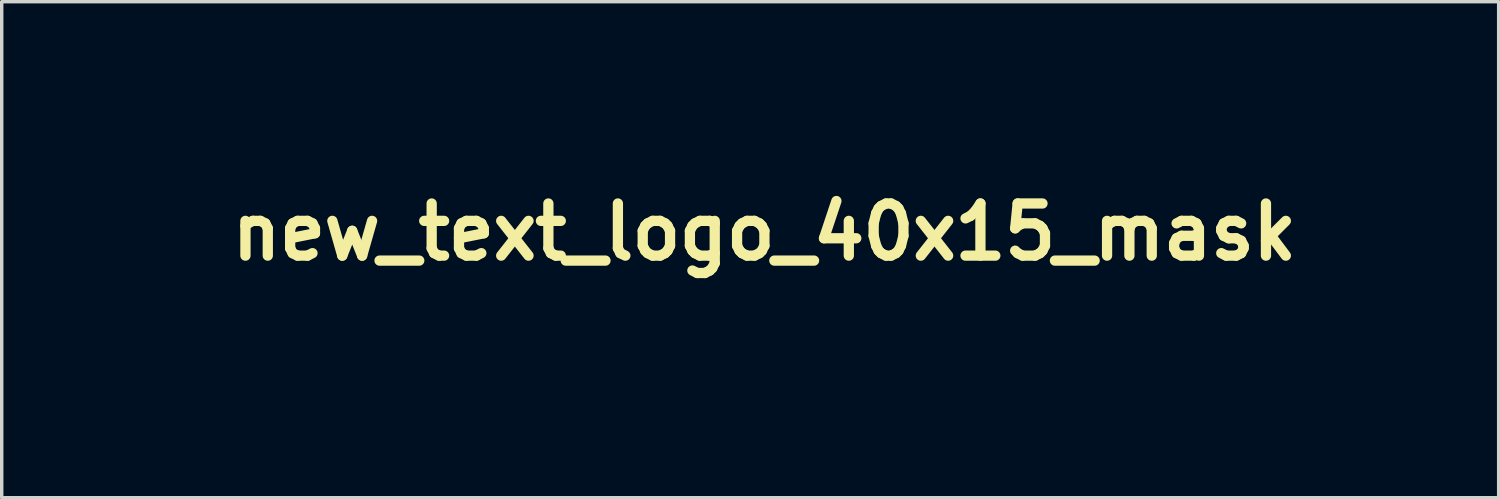
<source format=kicad_pcb>
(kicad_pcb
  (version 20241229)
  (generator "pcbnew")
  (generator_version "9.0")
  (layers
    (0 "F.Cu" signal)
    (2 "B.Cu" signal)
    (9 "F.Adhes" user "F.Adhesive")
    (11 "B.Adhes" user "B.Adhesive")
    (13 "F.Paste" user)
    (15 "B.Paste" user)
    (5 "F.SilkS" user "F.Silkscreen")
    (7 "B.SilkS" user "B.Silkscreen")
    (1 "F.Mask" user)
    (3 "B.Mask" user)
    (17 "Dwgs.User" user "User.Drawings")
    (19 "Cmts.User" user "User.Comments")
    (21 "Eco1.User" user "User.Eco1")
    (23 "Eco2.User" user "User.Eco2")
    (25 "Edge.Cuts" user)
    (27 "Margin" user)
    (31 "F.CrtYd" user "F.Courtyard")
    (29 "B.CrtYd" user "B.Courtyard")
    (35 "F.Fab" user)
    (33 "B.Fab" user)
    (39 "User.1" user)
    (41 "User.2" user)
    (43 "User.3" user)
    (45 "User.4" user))
  (footprint "new_text_logo_40x15_mask"
    (layer "F.Cu")
    (at 19.291 3.732)
    (property "Reference" "new_text_logo_40x15_mask" (at 0 0 0) (layer "F.SilkS") (effects (font (size 1.524 1.524) (thickness 0.3))))
    (attr through_hole)
    (fp_poly (pts (xy 1.25 1.885) (xy -0.278 1.885) (xy -0.278 2.262) (xy 0.933 2.262) (xy 0.933 3.254) (xy -0.278 3.254) (xy -0.278 3.631) (xy 1.25 3.631) (xy 1.25 4.643) (xy -1.607 4.643) (xy -1.607 0.893) (xy 1.25 0.893) (xy 1.25 1.885)) (stroke (width 0.01) (type solid)) (fill yes) (layer "F.Mask"))
    (fp_poly (pts (xy 3.76 -3.602) (xy 4.266 -2.853) (xy 4.371 -2.698) (xy 4.469 -2.553) (xy 4.559 -2.422) (xy 4.638 -2.307) (xy 4.704 -2.211) (xy 4.754 -2.139) (xy 4.786 -2.094) (xy 4.797 -2.08) (xy 4.804 -2.081) (xy 4.809 -2.099) (xy 4.813 -2.137) (xy 4.816 -2.199) (xy 4.819 -2.288) (xy 4.821 -2.406) (xy 4.822 -2.556) (xy 4.822 -2.741) (xy 4.822 -2.834) (xy 4.822 -3.612) (xy 6.152 -3.612) (xy 6.152 0.159) (xy 5.061 0.159) (xy 4.976 0.042) (xy 4.946 -0.001) (xy 4.896 -0.072) (xy 4.83 -0.167) (xy 4.75 -0.281) (xy 4.66 -0.411) (xy 4.563 -0.551) (xy 4.461 -0.698) (xy 4.445 -0.722) (xy 4.347 -0.864) (xy 4.255 -0.995) (xy 4.173 -1.112) (xy 4.102 -1.211) (xy 4.046 -1.289) (xy 4.006 -1.342) (xy 3.986 -1.367) (xy 3.984 -1.369) (xy 3.98 -1.35) (xy 3.977 -1.295) (xy 3.975 -1.21) (xy 3.972 -1.097) (xy 3.97 -0.962) (xy 3.969 -0.809) (xy 3.969 -0.642) (xy 3.969 -0.605) (xy 3.969 0.159) (xy 2.639 0.159) (xy 2.639 -3.612) (xy 3.76 -3.602)) (stroke (width 0.01) (type solid)) (fill yes) (layer "F.Mask"))
    (fp_poly (pts (xy 15.659 -3.611) (xy 15.797 -3.609) (xy 15.903 -3.607) (xy 15.978 -3.602) (xy 16.027 -3.596) (xy 16.054 -3.589) (xy 16.057 -3.587) (xy 16.074 -3.566) (xy 16.111 -3.515) (xy 16.165 -3.438) (xy 16.234 -3.338) (xy 16.316 -3.219) (xy 16.409 -3.084) (xy 16.509 -2.936) (xy 16.601 -2.799) (xy 17.115 -2.037) (xy 17.126 -3.612) (xy 18.455 -3.612) (xy 18.455 0.159) (xy 17.912 0.159) (xy 17.752 0.159) (xy 17.626 0.158) (xy 17.531 0.157) (xy 17.461 0.155) (xy 17.412 0.151) (xy 17.379 0.145) (xy 17.357 0.137) (xy 17.342 0.127) (xy 17.33 0.114) (xy 17.31 0.089) (xy 17.271 0.034) (xy 17.214 -0.046) (xy 17.142 -0.148) (xy 17.058 -0.268) (xy 16.963 -0.403) (xy 16.862 -0.548) (xy 16.799 -0.64) (xy 16.695 -0.789) (xy 16.598 -0.928) (xy 16.51 -1.054) (xy 16.434 -1.162) (xy 16.371 -1.251) (xy 16.325 -1.315) (xy 16.297 -1.352) (xy 16.29 -1.361) (xy 16.285 -1.344) (xy 16.282 -1.291) (xy 16.278 -1.205) (xy 16.276 -1.089) (xy 16.273 -0.946) (xy 16.272 -0.779) (xy 16.272 -0.606) (xy 16.272 0.159) (xy 14.942 0.159) (xy 14.942 -3.612) (xy 15.484 -3.612) (xy 15.659 -3.611)) (stroke (width 0.01) (type solid)) (fill yes) (layer "F.Mask"))
    (fp_poly (pts (xy 7.322 -3.611) (xy 7.45 -3.611) (xy 7.547 -3.61) (xy 7.618 -3.608) (xy 7.668 -3.604) (xy 7.702 -3.598) (xy 7.724 -3.591) (xy 7.739 -3.581) (xy 7.752 -3.568) (xy 7.752 -3.567) (xy 7.772 -3.541) (xy 7.811 -3.487) (xy 7.867 -3.406) (xy 7.937 -3.303) (xy 8.02 -3.182) (xy 8.113 -3.045) (xy 8.213 -2.898) (xy 8.284 -2.793) (xy 8.387 -2.641) (xy 8.483 -2.499) (xy 8.57 -2.371) (xy 8.646 -2.26) (xy 8.709 -2.169) (xy 8.756 -2.102) (xy 8.785 -2.062) (xy 8.793 -2.052) (xy 8.797 -2.069) (xy 8.801 -2.122) (xy 8.804 -2.207) (xy 8.807 -2.322) (xy 8.809 -2.462) (xy 8.81 -2.624) (xy 8.811 -2.804) (xy 8.811 -2.827) (xy 8.811 -3.612) (xy 10.14 -3.612) (xy 10.14 0.159) (xy 9.596 0.159) (xy 9.43 0.158) (xy 9.3 0.157) (xy 9.201 0.155) (xy 9.128 0.152) (xy 9.078 0.147) (xy 9.045 0.141) (xy 9.027 0.133) (xy 9.022 0.129) (xy 9.005 0.107) (xy 8.968 0.056) (xy 8.913 -0.021) (xy 8.842 -0.12) (xy 8.759 -0.239) (xy 8.665 -0.372) (xy 8.563 -0.518) (xy 8.48 -0.638) (xy 7.967 -1.375) (xy 7.957 0.159) (xy 6.608 0.159) (xy 6.608 -3.612) (xy 7.16 -3.612) (xy 7.322 -3.611)) (stroke (width 0.01) (type solid)) (fill yes) (layer "F.Mask"))
    (fp_poly (pts (xy 2.242 0.872) (xy 2.386 0.873) (xy 2.521 0.875) (xy 2.642 0.878) (xy 2.745 0.883) (xy 2.822 0.888) (xy 2.87 0.894) (xy 2.882 0.898) (xy 2.898 0.921) (xy 2.927 0.977) (xy 2.969 1.06) (xy 3.02 1.166) (xy 3.078 1.29) (xy 3.142 1.429) (xy 3.189 1.534) (xy 3.254 1.679) (xy 3.315 1.811) (xy 3.37 1.928) (xy 3.416 2.023) (xy 3.452 2.095) (xy 3.475 2.137) (xy 3.483 2.147) (xy 3.495 2.13) (xy 3.522 2.081) (xy 3.561 2.004) (xy 3.61 1.903) (xy 3.668 1.783) (xy 3.731 1.647) (xy 3.783 1.536) (xy 3.85 1.39) (xy 3.913 1.254) (xy 3.969 1.135) (xy 4.016 1.035) (xy 4.053 0.959) (xy 4.078 0.912) (xy 4.086 0.898) (xy 4.102 0.891) (xy 4.137 0.886) (xy 4.196 0.881) (xy 4.279 0.878) (xy 4.392 0.875) (xy 4.537 0.874) (xy 4.716 0.873) (xy 4.834 0.873) (xy 5.023 0.873) (xy 5.176 0.874) (xy 5.296 0.874) (xy 5.388 0.876) (xy 5.455 0.878) (xy 5.501 0.882) (xy 5.529 0.886) (xy 5.544 0.892) (xy 5.549 0.9) (xy 5.548 0.909) (xy 5.536 0.933) (xy 5.509 0.99) (xy 5.468 1.074) (xy 5.414 1.181) (xy 5.35 1.309) (xy 5.278 1.452) (xy 5.199 1.607) (xy 5.158 1.688) (xy 5.061 1.879) (xy 4.955 2.086) (xy 4.846 2.302) (xy 4.737 2.516) (xy 4.633 2.72) (xy 4.54 2.905) (xy 4.473 3.036) (xy 4.167 3.641) (xy 4.167 4.142) (xy 4.167 4.643) (xy 2.841 4.643) (xy 2.828 3.661) (xy 2.128 2.29) (xy 2.018 2.073) (xy 1.912 1.866) (xy 1.814 1.671) (xy 1.723 1.492) (xy 1.642 1.332) (xy 1.572 1.192) (xy 1.515 1.076) (xy 1.471 0.987) (xy 1.442 0.926) (xy 1.429 0.898) (xy 1.429 0.896) (xy 1.448 0.89) (xy 1.501 0.884) (xy 1.583 0.88) (xy 1.689 0.876) (xy 1.813 0.873) (xy 1.95 0.872) (xy 2.095 0.871) (xy 2.242 0.872)) (stroke (width 0.01) (type solid)) (fill yes) (layer "F.Mask"))
    (fp_poly (pts (xy -11.999 0.548) (xy -11.951 0.555) (xy -11.672 0.619) (xy -11.407 0.719) (xy -11.161 0.851) (xy -10.935 1.014) (xy -10.732 1.205) (xy -10.555 1.421) (xy -10.406 1.661) (xy -10.288 1.921) (xy -10.224 2.121) (xy -10.205 2.198) (xy -10.191 2.265) (xy -10.182 2.334) (xy -10.176 2.413) (xy -10.173 2.512) (xy -10.173 2.641) (xy -10.173 2.649) (xy -10.173 2.78) (xy -10.176 2.88) (xy -10.181 2.96) (xy -10.19 3.029) (xy -10.204 3.096) (xy -10.223 3.173) (xy -10.225 3.179) (xy -10.32 3.459) (xy -10.447 3.718) (xy -10.607 3.953) (xy -10.797 4.164) (xy -11.017 4.348) (xy -11.264 4.505) (xy -11.361 4.555) (xy -11.505 4.622) (xy -11.633 4.672) (xy -11.756 4.708) (xy -11.884 4.732) (xy -12.028 4.746) (xy -12.199 4.754) (xy -12.224 4.754) (xy -12.361 4.757) (xy -12.468 4.756) (xy -12.555 4.751) (xy -12.631 4.742) (xy -12.706 4.728) (xy -12.72 4.725) (xy -13.001 4.643) (xy -13.265 4.527) (xy -13.508 4.378) (xy -13.729 4.197) (xy -13.817 4.109) (xy -14 3.887) (xy -14.149 3.648) (xy -14.264 3.393) (xy -14.344 3.128) (xy -14.389 2.856) (xy -14.397 2.626) (xy -12.678 2.626) (xy -12.676 2.681) (xy -12.65 2.802) (xy -12.591 2.903) (xy -12.499 2.982) (xy -12.455 3.007) (xy -12.337 3.047) (xy -12.218 3.048) (xy -12.105 3.011) (xy -12.056 2.982) (xy -11.966 2.897) (xy -11.909 2.798) (xy -11.883 2.69) (xy -11.887 2.581) (xy -11.92 2.476) (xy -11.982 2.383) (xy -12.07 2.308) (xy -12.162 2.265) (xy -12.276 2.246) (xy -12.389 2.264) (xy -12.494 2.315) (xy -12.584 2.396) (xy -12.644 2.487) (xy -12.67 2.554) (xy -12.678 2.626) (xy -14.397 2.626) (xy -14.398 2.58) (xy -14.371 2.303) (xy -14.306 2.03) (xy -14.204 1.764) (xy -14.197 1.749) (xy -14.056 1.496) (xy -13.885 1.267) (xy -13.687 1.065) (xy -13.463 0.891) (xy -13.218 0.749) (xy -12.953 0.639) (xy -12.839 0.605) (xy -12.69 0.573) (xy -12.518 0.551) (xy -12.336 0.539) (xy -12.158 0.538) (xy -11.999 0.548)) (stroke (width 0.01) (type solid)) (fill yes) (layer "F.Mask"))
    (fp_poly (pts (xy 12.684 -3.719) (xy 12.942 -3.683) (xy 13.193 -3.614) (xy 13.432 -3.514) (xy 13.657 -3.383) (xy 13.864 -3.223) (xy 14.05 -3.034) (xy 14.211 -2.818) (xy 14.339 -2.59) (xy 14.442 -2.331) (xy 14.508 -2.066) (xy 14.537 -1.799) (xy 14.528 -1.534) (xy 14.528 -1.533) (xy 14.478 -1.25) (xy 14.393 -0.983) (xy 14.275 -0.735) (xy 14.126 -0.508) (xy 13.947 -0.304) (xy 13.742 -0.126) (xy 13.51 0.024) (xy 13.256 0.145) (xy 13.021 0.222) (xy 12.904 0.245) (xy 12.761 0.261) (xy 12.604 0.27) (xy 12.444 0.271) (xy 12.296 0.265) (xy 12.17 0.25) (xy 12.161 0.248) (xy 11.894 0.178) (xy 11.64 0.071) (xy 11.404 -0.068) (xy 11.188 -0.239) (xy 10.997 -0.438) (xy 10.867 -0.611) (xy 10.762 -0.789) (xy 10.674 -0.98) (xy 10.603 -1.185) (xy 10.583 -1.251) (xy 10.569 -1.309) (xy 10.559 -1.367) (xy 10.553 -1.434) (xy 10.55 -1.519) (xy 10.548 -1.629) (xy 10.548 -1.716) (xy 10.548 -1.717) (xy 11.797 -1.717) (xy 11.798 -1.62) (xy 11.803 -1.551) (xy 11.815 -1.497) (xy 11.834 -1.445) (xy 11.851 -1.407) (xy 11.943 -1.264) (xy 12.059 -1.146) (xy 12.195 -1.057) (xy 12.346 -0.999) (xy 12.506 -0.975) (xy 12.67 -0.987) (xy 12.741 -1.004) (xy 12.896 -1.068) (xy 13.028 -1.162) (xy 13.136 -1.28) (xy 13.215 -1.417) (xy 13.265 -1.568) (xy 13.283 -1.728) (xy 13.265 -1.892) (xy 13.234 -1.994) (xy 13.176 -2.105) (xy 13.09 -2.215) (xy 12.986 -2.314) (xy 12.873 -2.391) (xy 12.809 -2.421) (xy 12.667 -2.459) (xy 12.512 -2.469) (xy 12.36 -2.453) (xy 12.259 -2.423) (xy 12.129 -2.353) (xy 12.009 -2.252) (xy 11.909 -2.13) (xy 11.862 -2.048) (xy 11.832 -1.983) (xy 11.813 -1.93) (xy 11.802 -1.875) (xy 11.798 -1.806) (xy 11.797 -1.717) (xy 10.548 -1.717) (xy 10.548 -1.851) (xy 10.55 -1.953) (xy 10.555 -2.033) (xy 10.562 -2.098) (xy 10.573 -2.157) (xy 10.589 -2.218) (xy 10.592 -2.23) (xy 10.691 -2.507) (xy 10.821 -2.761) (xy 10.98 -2.988) (xy 11.168 -3.189) (xy 11.383 -3.362) (xy 11.624 -3.506) (xy 11.638 -3.513) (xy 11.895 -3.619) (xy 12.157 -3.689) (xy 12.421 -3.722) (xy 12.684 -3.719)) (stroke (width 0.01) (type solid)) (fill yes) (layer "F.Mask"))
    (fp_poly (pts (xy 0.431 -3.613) (xy 0.565 -3.611) (xy 0.686 -3.608) (xy 0.788 -3.604) (xy 0.867 -3.598) (xy 0.915 -3.592) (xy 0.928 -3.587) (xy 0.937 -3.566) (xy 0.959 -3.512) (xy 0.993 -3.427) (xy 1.038 -3.314) (xy 1.093 -3.176) (xy 1.157 -3.016) (xy 1.227 -2.838) (xy 1.304 -2.643) (xy 1.386 -2.436) (xy 1.471 -2.219) (xy 1.559 -1.996) (xy 1.649 -1.768) (xy 1.738 -1.54) (xy 1.827 -1.315) (xy 1.913 -1.095) (xy 1.996 -0.883) (xy 2.074 -0.683) (xy 2.147 -0.497) (xy 2.213 -0.329) (xy 2.27 -0.181) (xy 2.318 -0.056) (xy 2.356 0.041) (xy 2.38 0.104) (xy 2.4 0.159) (xy 0.979 0.159) (xy 0.945 0.035) (xy 0.92 -0.052) (xy 0.895 -0.143) (xy 0.88 -0.193) (xy 0.85 -0.298) (xy 0.288 -0.298) (xy 0.119 -0.297) (xy -0.014 -0.296) (xy -0.115 -0.294) (xy -0.19 -0.291) (xy -0.243 -0.287) (xy -0.277 -0.281) (xy -0.298 -0.273) (xy -0.305 -0.268) (xy -0.322 -0.243) (xy -0.342 -0.2) (xy -0.364 -0.133) (xy -0.392 -0.037) (xy -0.42 0.064) (xy -0.445 0.159) (xy -1.866 0.159) (xy -1.839 0.094) (xy -1.828 0.067) (xy -1.804 0.005) (xy -1.767 -0.088) (xy -1.719 -0.211) (xy -1.661 -0.36) (xy -1.593 -0.532) (xy -1.517 -0.726) (xy -1.434 -0.939) (xy -1.345 -1.167) (xy -1.299 -1.285) (xy 0.041 -1.285) (xy 0.059 -1.279) (xy 0.109 -1.274) (xy 0.183 -1.271) (xy 0.269 -1.27) (xy 0.499 -1.27) (xy 0.487 -1.325) (xy 0.466 -1.417) (xy 0.439 -1.523) (xy 0.409 -1.635) (xy 0.378 -1.748) (xy 0.348 -1.854) (xy 0.32 -1.947) (xy 0.296 -2.021) (xy 0.278 -2.07) (xy 0.268 -2.087) (xy 0.268 -2.087) (xy 0.259 -2.067) (xy 0.242 -2.017) (xy 0.218 -1.941) (xy 0.19 -1.848) (xy 0.16 -1.744) (xy 0.13 -1.637) (xy 0.101 -1.532) (xy 0.076 -1.437) (xy 0.056 -1.359) (xy 0.044 -1.305) (xy 0.041 -1.285) (xy -1.299 -1.285) (xy -1.251 -1.409) (xy -1.152 -1.661) (xy -1.111 -1.766) (xy -1.011 -2.021) (xy -0.916 -2.266) (xy -0.825 -2.497) (xy -0.74 -2.714) (xy -0.662 -2.912) (xy -0.591 -3.09) (xy -0.53 -3.245) (xy -0.478 -3.374) (xy -0.438 -3.475) (xy -0.409 -3.545) (xy -0.394 -3.582) (xy -0.391 -3.587) (xy -0.366 -3.594) (xy -0.307 -3.6) (xy -0.221 -3.605) (xy -0.112 -3.609) (xy 0.014 -3.612) (xy 0.15 -3.613) (xy 0.291 -3.614) (xy 0.431 -3.613)) (stroke (width 0.01) (type solid)) (fill yes) (layer "F.Mask"))
    (fp_poly (pts (xy -2.46 0.871) (xy -2.323 0.873) (xy -2.2 0.876) (xy -2.096 0.88) (xy -2.017 0.885) (xy -1.966 0.892) (xy -1.95 0.899) (xy -1.962 0.921) (xy -1.993 0.973) (xy -2.041 1.052) (xy -2.103 1.156) (xy -2.179 1.28) (xy -2.266 1.422) (xy -2.361 1.579) (xy -2.464 1.747) (xy -2.513 1.827) (xy -2.618 1.999) (xy -2.716 2.162) (xy -2.806 2.313) (xy -2.886 2.447) (xy -2.953 2.563) (xy -3.006 2.656) (xy -3.042 2.723) (xy -3.061 2.761) (xy -3.063 2.768) (xy -3.052 2.792) (xy -3.021 2.845) (xy -2.972 2.926) (xy -2.907 3.029) (xy -2.828 3.154) (xy -2.737 3.295) (xy -2.636 3.451) (xy -2.527 3.617) (xy -2.461 3.717) (xy -2.349 3.888) (xy -2.244 4.048) (xy -2.148 4.195) (xy -2.064 4.326) (xy -1.991 4.438) (xy -1.934 4.527) (xy -1.894 4.591) (xy -1.872 4.627) (xy -1.869 4.634) (xy -1.892 4.638) (xy -1.949 4.641) (xy -2.035 4.643) (xy -2.145 4.645) (xy -2.273 4.646) (xy -2.415 4.647) (xy -2.564 4.647) (xy -2.716 4.647) (xy -2.865 4.647) (xy -3.005 4.646) (xy -3.133 4.644) (xy -3.241 4.642) (xy -3.326 4.639) (xy -3.381 4.636) (xy -3.401 4.633) (xy -3.421 4.613) (xy -3.46 4.563) (xy -3.516 4.487) (xy -3.586 4.389) (xy -3.667 4.273) (xy -3.759 4.141) (xy -3.856 3.997) (xy -3.899 3.935) (xy -3.997 3.789) (xy -4.089 3.653) (xy -4.173 3.532) (xy -4.244 3.429) (xy -4.302 3.346) (xy -4.344 3.288) (xy -4.367 3.259) (xy -4.371 3.255) (xy -4.374 3.274) (xy -4.377 3.328) (xy -4.38 3.413) (xy -4.382 3.524) (xy -4.384 3.657) (xy -4.385 3.807) (xy -4.385 3.949) (xy -4.385 4.643) (xy -5.715 4.643) (xy -5.715 0.893) (xy -4.385 0.893) (xy -4.385 1.597) (xy -4.385 1.76) (xy -4.384 1.91) (xy -4.382 2.041) (xy -4.38 2.151) (xy -4.377 2.234) (xy -4.374 2.285) (xy -4.371 2.302) (xy -4.357 2.285) (xy -4.325 2.239) (xy -4.277 2.166) (xy -4.215 2.069) (xy -4.142 1.953) (xy -4.058 1.821) (xy -3.968 1.677) (xy -3.93 1.616) (xy -3.837 1.466) (xy -3.749 1.326) (xy -3.668 1.199) (xy -3.597 1.09) (xy -3.539 1.003) (xy -3.495 0.94) (xy -3.469 0.906) (xy -3.465 0.902) (xy -3.435 0.894) (xy -3.373 0.887) (xy -3.284 0.882) (xy -3.172 0.877) (xy -3.043 0.874) (xy -2.902 0.872) (xy -2.755 0.87) (xy -2.606 0.87) (xy -2.46 0.871)) (stroke (width 0.01) (type solid)) (fill yes) (layer "F.Mask"))
    (fp_poly (pts (xy -3.47 -3.711) (xy -3.303 -3.687) (xy -3.249 -3.675) (xy -2.98 -3.589) (xy -2.729 -3.468) (xy -2.5 -3.317) (xy -2.294 -3.138) (xy -2.114 -2.932) (xy -1.964 -2.703) (xy -1.845 -2.454) (xy -1.765 -2.208) (xy -1.748 -2.147) (xy -1.734 -2.098) (xy -1.728 -2.059) (xy -1.732 -2.031) (xy -1.75 -2.01) (xy -1.786 -1.997) (xy -1.843 -1.989) (xy -1.925 -1.985) (xy -2.036 -1.984) (xy -2.179 -1.984) (xy -2.359 -1.985) (xy -2.366 -1.985) (xy -3.006 -1.985) (xy -3.042 -2.062) (xy -3.116 -2.18) (xy -3.221 -2.286) (xy -3.347 -2.374) (xy -3.485 -2.438) (xy -3.619 -2.469) (xy -3.781 -2.471) (xy -3.935 -2.438) (xy -4.076 -2.374) (xy -4.2 -2.284) (xy -4.304 -2.172) (xy -4.385 -2.041) (xy -4.437 -1.897) (xy -4.459 -1.743) (xy -4.445 -1.583) (xy -4.437 -1.548) (xy -4.375 -1.385) (xy -4.281 -1.242) (xy -4.157 -1.123) (xy -4.011 -1.035) (xy -3.95 -1.009) (xy -3.892 -0.993) (xy -3.825 -0.985) (xy -3.736 -0.983) (xy -3.711 -0.983) (xy -3.615 -0.984) (xy -3.545 -0.99) (xy -3.488 -1.003) (xy -3.43 -1.026) (xy -3.41 -1.035) (xy -3.276 -1.116) (xy -3.155 -1.224) (xy -3.061 -1.348) (xy -3.051 -1.364) (xy -2.993 -1.468) (xy -2.36 -1.468) (xy -2.184 -1.468) (xy -2.044 -1.468) (xy -1.936 -1.467) (xy -1.855 -1.465) (xy -1.799 -1.462) (xy -1.761 -1.457) (xy -1.739 -1.452) (xy -1.729 -1.444) (xy -1.727 -1.435) (xy -1.727 -1.434) (xy -1.735 -1.36) (xy -1.758 -1.261) (xy -1.793 -1.145) (xy -1.836 -1.024) (xy -1.885 -0.905) (xy -1.914 -0.843) (xy -2.054 -0.599) (xy -2.218 -0.384) (xy -2.41 -0.199) (xy -2.63 -0.039) (xy -2.828 0.07) (xy -2.997 0.147) (xy -3.151 0.202) (xy -3.304 0.239) (xy -3.468 0.26) (xy -3.658 0.269) (xy -3.661 0.269) (xy -3.767 0.27) (xy -3.864 0.27) (xy -3.942 0.268) (xy -3.992 0.266) (xy -3.999 0.265) (xy -4.274 0.202) (xy -4.533 0.103) (xy -4.774 -0.027) (xy -4.993 -0.188) (xy -5.189 -0.377) (xy -5.358 -0.592) (xy -5.499 -0.829) (xy -5.607 -1.088) (xy -5.66 -1.264) (xy -5.686 -1.409) (xy -5.702 -1.579) (xy -5.706 -1.759) (xy -5.699 -1.934) (xy -5.68 -2.092) (xy -5.668 -2.153) (xy -5.585 -2.428) (xy -5.468 -2.683) (xy -5.321 -2.915) (xy -5.144 -3.123) (xy -4.939 -3.304) (xy -4.708 -3.458) (xy -4.454 -3.581) (xy -4.177 -3.673) (xy -4.174 -3.673) (xy -4.02 -3.703) (xy -3.842 -3.719) (xy -3.654 -3.721) (xy -3.47 -3.711)) (stroke (width 0.01) (type solid)) (fill yes) (layer "F.Mask"))
    (fp_poly (pts (xy 7.401 0.788) (xy 7.508 0.789) (xy 7.592 0.793) (xy 7.661 0.8) (xy 7.724 0.81) (xy 7.79 0.825) (xy 7.848 0.84) (xy 8.09 0.919) (xy 8.301 1.021) (xy 8.48 1.144) (xy 8.562 1.218) (xy 8.678 1.354) (xy 8.775 1.504) (xy 8.849 1.661) (xy 8.895 1.815) (xy 8.91 1.949) (xy 8.91 2.024) (xy 7.559 2.024) (xy 7.541 1.977) (xy 7.517 1.933) (xy 7.478 1.878) (xy 7.461 1.858) (xy 7.413 1.811) (xy 7.369 1.79) (xy 7.322 1.786) (xy 7.249 1.802) (xy 7.196 1.845) (xy 7.168 1.905) (xy 7.168 1.972) (xy 7.199 2.037) (xy 7.218 2.057) (xy 7.253 2.087) (xy 7.29 2.112) (xy 7.334 2.136) (xy 7.393 2.159) (xy 7.471 2.184) (xy 7.574 2.214) (xy 7.707 2.25) (xy 7.762 2.264) (xy 7.889 2.298) (xy 8.012 2.333) (xy 8.122 2.366) (xy 8.211 2.394) (xy 8.268 2.414) (xy 8.468 2.513) (xy 8.636 2.636) (xy 8.772 2.782) (xy 8.876 2.95) (xy 8.947 3.139) (xy 8.983 3.348) (xy 8.989 3.473) (xy 8.971 3.694) (xy 8.919 3.9) (xy 8.834 4.087) (xy 8.717 4.253) (xy 8.57 4.395) (xy 8.436 4.488) (xy 8.332 4.54) (xy 8.201 4.594) (xy 8.053 4.645) (xy 7.901 4.689) (xy 7.755 4.724) (xy 7.711 4.732) (xy 7.59 4.747) (xy 7.444 4.757) (xy 7.286 4.76) (xy 7.128 4.758) (xy 6.983 4.749) (xy 6.863 4.735) (xy 6.853 4.733) (xy 6.655 4.687) (xy 6.458 4.622) (xy 6.27 4.542) (xy 6.098 4.45) (xy 5.951 4.351) (xy 5.865 4.277) (xy 5.768 4.163) (xy 5.68 4.026) (xy 5.607 3.877) (xy 5.552 3.726) (xy 5.522 3.583) (xy 5.517 3.508) (xy 5.517 3.433) (xy 6.824 3.433) (xy 6.86 3.484) (xy 6.94 3.59) (xy 7.013 3.663) (xy 7.086 3.708) (xy 7.165 3.731) (xy 7.238 3.735) (xy 7.344 3.721) (xy 7.42 3.681) (xy 7.465 3.62) (xy 7.478 3.569) (xy 7.464 3.521) (xy 7.422 3.474) (xy 7.35 3.429) (xy 7.246 3.383) (xy 7.107 3.336) (xy 6.932 3.286) (xy 6.862 3.267) (xy 6.736 3.234) (xy 6.612 3.199) (xy 6.5 3.165) (xy 6.409 3.136) (xy 6.362 3.119) (xy 6.169 3.024) (xy 6.004 2.903) (xy 5.87 2.757) (xy 5.766 2.588) (xy 5.696 2.399) (xy 5.66 2.191) (xy 5.655 2.08) (xy 5.66 1.935) (xy 5.677 1.812) (xy 5.71 1.694) (xy 5.762 1.565) (xy 5.786 1.514) (xy 5.893 1.334) (xy 6.03 1.179) (xy 6.198 1.047) (xy 6.396 0.939) (xy 6.627 0.854) (xy 6.683 0.838) (xy 6.754 0.82) (xy 6.816 0.807) (xy 6.878 0.797) (xy 6.949 0.792) (xy 7.035 0.788) (xy 7.146 0.787) (xy 7.263 0.787) (xy 7.401 0.788)) (stroke (width 0.01) (type solid)) (fill yes) (layer "F.Mask"))
    (fp_poly (pts (xy -8.139 -3.713) (xy -8.072 -3.684) (xy -8.009 -3.647) (xy -7.957 -3.609) (xy -7.936 -3.587) (xy -7.922 -3.561) (xy -7.892 -3.504) (xy -7.848 -3.416) (xy -7.792 -3.302) (xy -7.724 -3.165) (xy -7.647 -3.008) (xy -7.562 -2.834) (xy -7.471 -2.646) (xy -7.375 -2.447) (xy -7.343 -2.381) (xy -7.229 -2.146) (xy -7.132 -1.944) (xy -7.049 -1.771) (xy -6.981 -1.626) (xy -6.925 -1.506) (xy -6.88 -1.408) (xy -6.845 -1.329) (xy -6.819 -1.267) (xy -6.801 -1.218) (xy -6.79 -1.18) (xy -6.783 -1.151) (xy -6.781 -1.127) (xy -6.78 -1.121) (xy -6.796 -1.007) (xy -6.844 -0.904) (xy -6.917 -0.823) (xy -6.941 -0.806) (xy -6.994 -0.773) (xy -7.076 -0.724) (xy -7.183 -0.661) (xy -7.312 -0.585) (xy -7.461 -0.499) (xy -7.626 -0.403) (xy -7.804 -0.301) (xy -7.992 -0.193) (xy -8.187 -0.081) (xy -8.386 0.033) (xy -8.586 0.147) (xy -8.784 0.259) (xy -8.976 0.368) (xy -9.159 0.472) (xy -9.332 0.569) (xy -9.489 0.658) (xy -9.629 0.736) (xy -9.749 0.803) (xy -9.844 0.855) (xy -9.913 0.892) (xy -9.951 0.912) (xy -9.958 0.914) (xy -10.025 0.922) (xy -10.088 0.919) (xy -10.089 0.919) (xy -10.147 0.901) (xy -10.214 0.871) (xy -10.276 0.834) (xy -10.321 0.8) (xy -10.333 0.785) (xy -10.36 0.752) (xy -10.412 0.702) (xy -10.481 0.641) (xy -10.56 0.574) (xy -10.643 0.507) (xy -10.721 0.448) (xy -10.766 0.417) (xy -11.02 0.266) (xy -11.297 0.14) (xy -11.586 0.043) (xy -11.832 -0.012) (xy -11.986 -0.032) (xy -12.164 -0.042) (xy -12.351 -0.043) (xy -12.534 -0.035) (xy -12.698 -0.018) (xy -12.74 -0.011) (xy -13.054 0.064) (xy -13.353 0.174) (xy -13.634 0.317) (xy -13.895 0.49) (xy -14.134 0.693) (xy -14.348 0.921) (xy -14.535 1.174) (xy -14.693 1.449) (xy -14.82 1.744) (xy -14.914 2.056) (xy -14.936 2.158) (xy -14.957 2.305) (xy -14.969 2.477) (xy -14.972 2.663) (xy -14.966 2.849) (xy -14.951 3.023) (xy -14.927 3.172) (xy -14.925 3.185) (xy -14.896 3.315) (xy -14.878 3.415) (xy -14.869 3.49) (xy -14.869 3.548) (xy -14.877 3.598) (xy -14.895 3.644) (xy -14.903 3.661) (xy -14.954 3.74) (xy -15.027 3.803) (xy -15.125 3.854) (xy -15.25 3.892) (xy -15.406 3.919) (xy -15.596 3.935) (xy -15.736 3.94) (xy -15.87 3.943) (xy -15.975 3.942) (xy -16.06 3.938) (xy -16.137 3.929) (xy -16.214 3.916) (xy -16.252 3.908) (xy -16.507 3.837) (xy -16.755 3.737) (xy -16.988 3.612) (xy -17.196 3.468) (xy -17.238 3.433) (xy -17.345 3.347) (xy -17.435 3.288) (xy -17.514 3.252) (xy -17.591 3.236) (xy -17.63 3.234) (xy -17.75 3.216) (xy -17.84 3.181) (xy -17.879 3.163) (xy -17.917 3.149) (xy -17.959 3.139) (xy -18.012 3.132) (xy -18.083 3.126) (xy -18.179 3.122) (xy -18.307 3.118) (xy -18.336 3.117) (xy -18.724 3.106) (xy -18.856 3.04) (xy -19.002 2.948) (xy -19.119 2.829) (xy -19.205 2.684) (xy -19.261 2.515) (xy -19.27 2.471) (xy -19.286 2.329) (xy -19.281 2.218) (xy -19.253 2.133) (xy -19.211 2.08) (xy -19.147 2.036) (xy -19.086 2.027) (xy -19.014 2.052) (xy -19.01 2.054) (xy -18.963 2.085) (xy -18.933 2.125) (xy -18.917 2.184) (xy -18.911 2.27) (xy -18.911 2.307) (xy -18.9 2.439) (xy -18.865 2.544) (xy -18.803 2.627) (xy -18.724 2.688) (xy -18.666 2.72) (xy -18.613 2.738) (xy -18.549 2.746) (xy -18.484 2.748) (xy -18.386 2.743) (xy -18.317 2.723) (xy -18.268 2.684) (xy -18.23 2.62) (xy -18.223 2.604) (xy -18.196 2.557) (xy -18.151 2.495) (xy -18.097 2.431) (xy -18.095 2.428) (xy -18.052 2.381) (xy -18.024 2.343) (xy -18.008 2.307) (xy -18.003 2.263) (xy -18.008 2.203) (xy -18.022 2.119) (xy -18.037 2.034) (xy -18.049 1.941) (xy -18.055 1.82) (xy -18.056 1.685) (xy -18.053 1.545) (xy -18.045 1.414) (xy -18.033 1.304) (xy -18.027 1.272) (xy -17.952 0.979) (xy -17.842 0.703) (xy -17.699 0.446) (xy -17.524 0.211) (xy -17.319 -0.001) (xy -17.086 -0.185) (xy -16.927 -0.286) (xy -16.874 -0.313) (xy -16.79 -0.352) (xy -16.678 -0.402) (xy -16.546 -0.458) (xy -16.398 -0.52) (xy -16.238 -0.586) (xy -16.073 -0.652) (xy -15.411 -0.915) (xy -14.774 -1.167) (xy -14.163 -1.409) (xy -13.579 -1.641) (xy -13.022 -1.861) (xy -12.493 -2.07) (xy -11.992 -2.268) (xy -11.521 -2.454) (xy -11.079 -2.629) (xy -10.666 -2.791) (xy -10.285 -2.941) (xy -9.934 -3.079) (xy -9.615 -3.204) (xy -9.329 -3.316) (xy -9.075 -3.415) (xy -8.854 -3.5) (xy -8.667 -3.573) (xy -8.515 -3.631) (xy -8.398 -3.675) (xy -8.316 -3.706) (xy -8.27 -3.722) (xy -8.261 -3.724) (xy -8.199 -3.727) (xy -8.139 -3.713)) (stroke (width 0.01) (type solid)) (fill yes) (layer "F.Mask")))
  (gr_rect
    (start -3 -3)
    (end 40.751 11.497)
    (stroke (width 0.1) (type default))
    (fill no)
    (layer "Edge.Cuts")))
</source>
